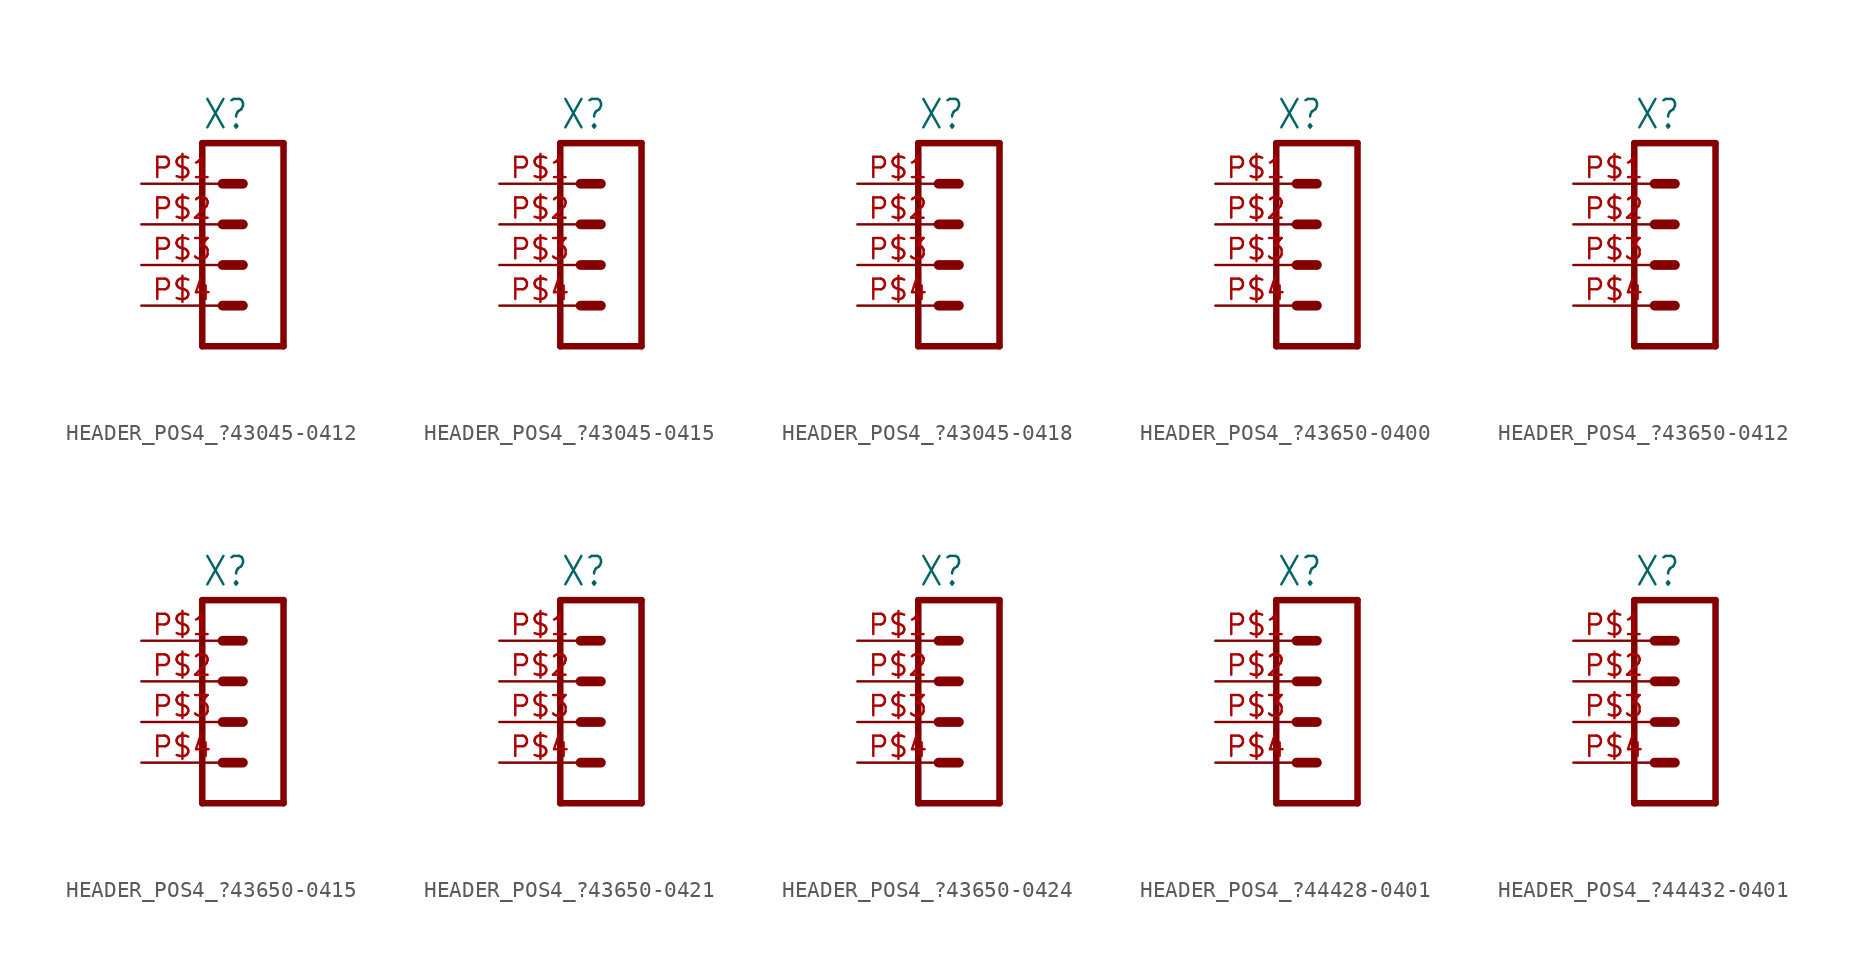
<source format=kicad_sym>
(kicad_symbol_lib
  (version 20231120)
  (generator "kicad_symbol_editor")
  (generator_version "8.0")
  (symbol "HEADER_POS4_?43045-0412"
    (property "Reference" "X"
      (at -1.27 8.382 0)
      (effects (font (size 1.778 1.511)) (justify left bottom)))
    (property "Value" ""
      (at -1.27 -7.62 0)
      (effects (font (size 1.778 1.511)) (justify left bottom)))
    (property "ki_locked" ""
      (at 0 0 0)
      (effects (font (size 1.27 1.27))))
    (symbol "HEADER_POS4_?43045-0412_1_0"
      (polyline (pts (xy -1.27 7.62) (xy -1.27 -5.08)) (stroke (width 0.406) (type solid)) (fill (type none)))
      (polyline (pts (xy -1.27 7.62) (xy 3.81 7.62)) (stroke (width 0.406) (type solid)) (fill (type none)))
      (polyline (pts (xy 0 -2.54) (xy 1.27 -2.54)) (stroke (width 0.61) (type solid)) (fill (type none)))
      (polyline (pts (xy 0 0) (xy 1.27 0)) (stroke (width 0.61) (type solid)) (fill (type none)))
      (polyline (pts (xy 0 2.54) (xy 1.27 2.54)) (stroke (width 0.61) (type solid)) (fill (type none)))
      (polyline (pts (xy 0 5.08) (xy 1.27 5.08)) (stroke (width 0.61) (type solid)) (fill (type none)))
      (polyline (pts (xy 3.81 -5.08) (xy -1.27 -5.08)) (stroke (width 0.406) (type solid)) (fill (type none)))
      (polyline (pts (xy 3.81 -5.08) (xy 3.81 7.62)) (stroke (width 0.406) (type solid)) (fill (type none)))
      (pin passive line (at -5.08 5.08 0) (length 5.08) (name "1" (effects (font (size 0 0)))) (number "P$1" (effects (font (size 1.27 1.27)))))
      (pin passive line (at -5.08 2.54 0) (length 5.08) (name "2" (effects (font (size 0 0)))) (number "P$2" (effects (font (size 1.27 1.27)))))
      (pin passive line (at -5.08 0 0) (length 5.08) (name "3" (effects (font (size 0 0)))) (number "P$3" (effects (font (size 1.27 1.27)))))
      (pin passive line (at -5.08 -2.54 0) (length 5.08) (name "4" (effects (font (size 0 0)))) (number "P$4" (effects (font (size 1.27 1.27)))))))
  (symbol "HEADER_POS4_?43045-0415"
    (property "Reference" "X"
      (at -1.27 8.382 0)
      (effects (font (size 1.778 1.511)) (justify left bottom)))
    (property "Value" ""
      (at -1.27 -7.62 0)
      (effects (font (size 1.778 1.511)) (justify left bottom)))
    (property "ki_locked" ""
      (at 0 0 0)
      (effects (font (size 1.27 1.27))))
    (symbol "HEADER_POS4_?43045-0415_1_0"
      (polyline (pts (xy -1.27 7.62) (xy -1.27 -5.08)) (stroke (width 0.406) (type solid)) (fill (type none)))
      (polyline (pts (xy -1.27 7.62) (xy 3.81 7.62)) (stroke (width 0.406) (type solid)) (fill (type none)))
      (polyline (pts (xy 0 -2.54) (xy 1.27 -2.54)) (stroke (width 0.61) (type solid)) (fill (type none)))
      (polyline (pts (xy 0 0) (xy 1.27 0)) (stroke (width 0.61) (type solid)) (fill (type none)))
      (polyline (pts (xy 0 2.54) (xy 1.27 2.54)) (stroke (width 0.61) (type solid)) (fill (type none)))
      (polyline (pts (xy 0 5.08) (xy 1.27 5.08)) (stroke (width 0.61) (type solid)) (fill (type none)))
      (polyline (pts (xy 3.81 -5.08) (xy -1.27 -5.08)) (stroke (width 0.406) (type solid)) (fill (type none)))
      (polyline (pts (xy 3.81 -5.08) (xy 3.81 7.62)) (stroke (width 0.406) (type solid)) (fill (type none)))
      (pin passive line (at -5.08 5.08 0) (length 5.08) (name "1" (effects (font (size 0 0)))) (number "P$1" (effects (font (size 1.27 1.27)))))
      (pin passive line (at -5.08 2.54 0) (length 5.08) (name "2" (effects (font (size 0 0)))) (number "P$2" (effects (font (size 1.27 1.27)))))
      (pin passive line (at -5.08 0 0) (length 5.08) (name "3" (effects (font (size 0 0)))) (number "P$3" (effects (font (size 1.27 1.27)))))
      (pin passive line (at -5.08 -2.54 0) (length 5.08) (name "4" (effects (font (size 0 0)))) (number "P$4" (effects (font (size 1.27 1.27)))))))
  (symbol "HEADER_POS4_?43045-0418"
    (property "Reference" "X"
      (at -1.27 8.382 0)
      (effects (font (size 1.778 1.511)) (justify left bottom)))
    (property "Value" ""
      (at -1.27 -7.62 0)
      (effects (font (size 1.778 1.511)) (justify left bottom)))
    (property "ki_locked" ""
      (at 0 0 0)
      (effects (font (size 1.27 1.27))))
    (symbol "HEADER_POS4_?43045-0418_1_0"
      (polyline (pts (xy -1.27 7.62) (xy -1.27 -5.08)) (stroke (width 0.406) (type solid)) (fill (type none)))
      (polyline (pts (xy -1.27 7.62) (xy 3.81 7.62)) (stroke (width 0.406) (type solid)) (fill (type none)))
      (polyline (pts (xy 0 -2.54) (xy 1.27 -2.54)) (stroke (width 0.61) (type solid)) (fill (type none)))
      (polyline (pts (xy 0 0) (xy 1.27 0)) (stroke (width 0.61) (type solid)) (fill (type none)))
      (polyline (pts (xy 0 2.54) (xy 1.27 2.54)) (stroke (width 0.61) (type solid)) (fill (type none)))
      (polyline (pts (xy 0 5.08) (xy 1.27 5.08)) (stroke (width 0.61) (type solid)) (fill (type none)))
      (polyline (pts (xy 3.81 -5.08) (xy -1.27 -5.08)) (stroke (width 0.406) (type solid)) (fill (type none)))
      (polyline (pts (xy 3.81 -5.08) (xy 3.81 7.62)) (stroke (width 0.406) (type solid)) (fill (type none)))
      (pin passive line (at -5.08 5.08 0) (length 5.08) (name "1" (effects (font (size 0 0)))) (number "P$1" (effects (font (size 1.27 1.27)))))
      (pin passive line (at -5.08 2.54 0) (length 5.08) (name "2" (effects (font (size 0 0)))) (number "P$2" (effects (font (size 1.27 1.27)))))
      (pin passive line (at -5.08 0 0) (length 5.08) (name "3" (effects (font (size 0 0)))) (number "P$3" (effects (font (size 1.27 1.27)))))
      (pin passive line (at -5.08 -2.54 0) (length 5.08) (name "4" (effects (font (size 0 0)))) (number "P$4" (effects (font (size 1.27 1.27)))))))
  (symbol "HEADER_POS4_?43650-0400"
    (property "Reference" "X"
      (at -1.27 8.382 0)
      (effects (font (size 1.778 1.511)) (justify left bottom)))
    (property "Value" ""
      (at -1.27 -7.62 0)
      (effects (font (size 1.778 1.511)) (justify left bottom)))
    (property "ki_locked" ""
      (at 0 0 0)
      (effects (font (size 1.27 1.27))))
    (symbol "HEADER_POS4_?43650-0400_1_0"
      (polyline (pts (xy -1.27 7.62) (xy -1.27 -5.08)) (stroke (width 0.406) (type solid)) (fill (type none)))
      (polyline (pts (xy -1.27 7.62) (xy 3.81 7.62)) (stroke (width 0.406) (type solid)) (fill (type none)))
      (polyline (pts (xy 0 -2.54) (xy 1.27 -2.54)) (stroke (width 0.61) (type solid)) (fill (type none)))
      (polyline (pts (xy 0 0) (xy 1.27 0)) (stroke (width 0.61) (type solid)) (fill (type none)))
      (polyline (pts (xy 0 2.54) (xy 1.27 2.54)) (stroke (width 0.61) (type solid)) (fill (type none)))
      (polyline (pts (xy 0 5.08) (xy 1.27 5.08)) (stroke (width 0.61) (type solid)) (fill (type none)))
      (polyline (pts (xy 3.81 -5.08) (xy -1.27 -5.08)) (stroke (width 0.406) (type solid)) (fill (type none)))
      (polyline (pts (xy 3.81 -5.08) (xy 3.81 7.62)) (stroke (width 0.406) (type solid)) (fill (type none)))
      (pin passive line (at -5.08 5.08 0) (length 5.08) (name "1" (effects (font (size 0 0)))) (number "P$1" (effects (font (size 1.27 1.27)))))
      (pin passive line (at -5.08 2.54 0) (length 5.08) (name "2" (effects (font (size 0 0)))) (number "P$2" (effects (font (size 1.27 1.27)))))
      (pin passive line (at -5.08 0 0) (length 5.08) (name "3" (effects (font (size 0 0)))) (number "P$3" (effects (font (size 1.27 1.27)))))
      (pin passive line (at -5.08 -2.54 0) (length 5.08) (name "4" (effects (font (size 0 0)))) (number "P$4" (effects (font (size 1.27 1.27)))))))
  (symbol "HEADER_POS4_?43650-0412"
    (property "Reference" "X"
      (at -1.27 8.382 0)
      (effects (font (size 1.778 1.511)) (justify left bottom)))
    (property "Value" ""
      (at -1.27 -7.62 0)
      (effects (font (size 1.778 1.511)) (justify left bottom)))
    (property "ki_locked" ""
      (at 0 0 0)
      (effects (font (size 1.27 1.27))))
    (symbol "HEADER_POS4_?43650-0412_1_0"
      (polyline (pts (xy -1.27 7.62) (xy -1.27 -5.08)) (stroke (width 0.406) (type solid)) (fill (type none)))
      (polyline (pts (xy -1.27 7.62) (xy 3.81 7.62)) (stroke (width 0.406) (type solid)) (fill (type none)))
      (polyline (pts (xy 0 -2.54) (xy 1.27 -2.54)) (stroke (width 0.61) (type solid)) (fill (type none)))
      (polyline (pts (xy 0 0) (xy 1.27 0)) (stroke (width 0.61) (type solid)) (fill (type none)))
      (polyline (pts (xy 0 2.54) (xy 1.27 2.54)) (stroke (width 0.61) (type solid)) (fill (type none)))
      (polyline (pts (xy 0 5.08) (xy 1.27 5.08)) (stroke (width 0.61) (type solid)) (fill (type none)))
      (polyline (pts (xy 3.81 -5.08) (xy -1.27 -5.08)) (stroke (width 0.406) (type solid)) (fill (type none)))
      (polyline (pts (xy 3.81 -5.08) (xy 3.81 7.62)) (stroke (width 0.406) (type solid)) (fill (type none)))
      (pin passive line (at -5.08 5.08 0) (length 5.08) (name "1" (effects (font (size 0 0)))) (number "P$1" (effects (font (size 1.27 1.27)))))
      (pin passive line (at -5.08 2.54 0) (length 5.08) (name "2" (effects (font (size 0 0)))) (number "P$2" (effects (font (size 1.27 1.27)))))
      (pin passive line (at -5.08 0 0) (length 5.08) (name "3" (effects (font (size 0 0)))) (number "P$3" (effects (font (size 1.27 1.27)))))
      (pin passive line (at -5.08 -2.54 0) (length 5.08) (name "4" (effects (font (size 0 0)))) (number "P$4" (effects (font (size 1.27 1.27)))))))
  (symbol "HEADER_POS4_?43650-0415"
    (property "Reference" "X"
      (at -1.27 8.382 0)
      (effects (font (size 1.778 1.511)) (justify left bottom)))
    (property "Value" ""
      (at -1.27 -7.62 0)
      (effects (font (size 1.778 1.511)) (justify left bottom)))
    (property "ki_locked" ""
      (at 0 0 0)
      (effects (font (size 1.27 1.27))))
    (symbol "HEADER_POS4_?43650-0415_1_0"
      (polyline (pts (xy -1.27 7.62) (xy -1.27 -5.08)) (stroke (width 0.406) (type solid)) (fill (type none)))
      (polyline (pts (xy -1.27 7.62) (xy 3.81 7.62)) (stroke (width 0.406) (type solid)) (fill (type none)))
      (polyline (pts (xy 0 -2.54) (xy 1.27 -2.54)) (stroke (width 0.61) (type solid)) (fill (type none)))
      (polyline (pts (xy 0 0) (xy 1.27 0)) (stroke (width 0.61) (type solid)) (fill (type none)))
      (polyline (pts (xy 0 2.54) (xy 1.27 2.54)) (stroke (width 0.61) (type solid)) (fill (type none)))
      (polyline (pts (xy 0 5.08) (xy 1.27 5.08)) (stroke (width 0.61) (type solid)) (fill (type none)))
      (polyline (pts (xy 3.81 -5.08) (xy -1.27 -5.08)) (stroke (width 0.406) (type solid)) (fill (type none)))
      (polyline (pts (xy 3.81 -5.08) (xy 3.81 7.62)) (stroke (width 0.406) (type solid)) (fill (type none)))
      (pin passive line (at -5.08 5.08 0) (length 5.08) (name "1" (effects (font (size 0 0)))) (number "P$1" (effects (font (size 1.27 1.27)))))
      (pin passive line (at -5.08 2.54 0) (length 5.08) (name "2" (effects (font (size 0 0)))) (number "P$2" (effects (font (size 1.27 1.27)))))
      (pin passive line (at -5.08 0 0) (length 5.08) (name "3" (effects (font (size 0 0)))) (number "P$3" (effects (font (size 1.27 1.27)))))
      (pin passive line (at -5.08 -2.54 0) (length 5.08) (name "4" (effects (font (size 0 0)))) (number "P$4" (effects (font (size 1.27 1.27)))))))
  (symbol "HEADER_POS4_?43650-0421"
    (property "Reference" "X"
      (at -1.27 8.382 0)
      (effects (font (size 1.778 1.511)) (justify left bottom)))
    (property "Value" ""
      (at -1.27 -7.62 0)
      (effects (font (size 1.778 1.511)) (justify left bottom)))
    (property "ki_locked" ""
      (at 0 0 0)
      (effects (font (size 1.27 1.27))))
    (symbol "HEADER_POS4_?43650-0421_1_0"
      (polyline (pts (xy -1.27 7.62) (xy -1.27 -5.08)) (stroke (width 0.406) (type solid)) (fill (type none)))
      (polyline (pts (xy -1.27 7.62) (xy 3.81 7.62)) (stroke (width 0.406) (type solid)) (fill (type none)))
      (polyline (pts (xy 0 -2.54) (xy 1.27 -2.54)) (stroke (width 0.61) (type solid)) (fill (type none)))
      (polyline (pts (xy 0 0) (xy 1.27 0)) (stroke (width 0.61) (type solid)) (fill (type none)))
      (polyline (pts (xy 0 2.54) (xy 1.27 2.54)) (stroke (width 0.61) (type solid)) (fill (type none)))
      (polyline (pts (xy 0 5.08) (xy 1.27 5.08)) (stroke (width 0.61) (type solid)) (fill (type none)))
      (polyline (pts (xy 3.81 -5.08) (xy -1.27 -5.08)) (stroke (width 0.406) (type solid)) (fill (type none)))
      (polyline (pts (xy 3.81 -5.08) (xy 3.81 7.62)) (stroke (width 0.406) (type solid)) (fill (type none)))
      (pin passive line (at -5.08 5.08 0) (length 5.08) (name "1" (effects (font (size 0 0)))) (number "P$1" (effects (font (size 1.27 1.27)))))
      (pin passive line (at -5.08 2.54 0) (length 5.08) (name "2" (effects (font (size 0 0)))) (number "P$2" (effects (font (size 1.27 1.27)))))
      (pin passive line (at -5.08 0 0) (length 5.08) (name "3" (effects (font (size 0 0)))) (number "P$3" (effects (font (size 1.27 1.27)))))
      (pin passive line (at -5.08 -2.54 0) (length 5.08) (name "4" (effects (font (size 0 0)))) (number "P$4" (effects (font (size 1.27 1.27)))))))
  (symbol "HEADER_POS4_?43650-0424"
    (property "Reference" "X"
      (at -1.27 8.382 0)
      (effects (font (size 1.778 1.511)) (justify left bottom)))
    (property "Value" ""
      (at -1.27 -7.62 0)
      (effects (font (size 1.778 1.511)) (justify left bottom)))
    (property "ki_locked" ""
      (at 0 0 0)
      (effects (font (size 1.27 1.27))))
    (symbol "HEADER_POS4_?43650-0424_1_0"
      (polyline (pts (xy -1.27 7.62) (xy -1.27 -5.08)) (stroke (width 0.406) (type solid)) (fill (type none)))
      (polyline (pts (xy -1.27 7.62) (xy 3.81 7.62)) (stroke (width 0.406) (type solid)) (fill (type none)))
      (polyline (pts (xy 0 -2.54) (xy 1.27 -2.54)) (stroke (width 0.61) (type solid)) (fill (type none)))
      (polyline (pts (xy 0 0) (xy 1.27 0)) (stroke (width 0.61) (type solid)) (fill (type none)))
      (polyline (pts (xy 0 2.54) (xy 1.27 2.54)) (stroke (width 0.61) (type solid)) (fill (type none)))
      (polyline (pts (xy 0 5.08) (xy 1.27 5.08)) (stroke (width 0.61) (type solid)) (fill (type none)))
      (polyline (pts (xy 3.81 -5.08) (xy -1.27 -5.08)) (stroke (width 0.406) (type solid)) (fill (type none)))
      (polyline (pts (xy 3.81 -5.08) (xy 3.81 7.62)) (stroke (width 0.406) (type solid)) (fill (type none)))
      (pin passive line (at -5.08 5.08 0) (length 5.08) (name "1" (effects (font (size 0 0)))) (number "P$1" (effects (font (size 1.27 1.27)))))
      (pin passive line (at -5.08 2.54 0) (length 5.08) (name "2" (effects (font (size 0 0)))) (number "P$2" (effects (font (size 1.27 1.27)))))
      (pin passive line (at -5.08 0 0) (length 5.08) (name "3" (effects (font (size 0 0)))) (number "P$3" (effects (font (size 1.27 1.27)))))
      (pin passive line (at -5.08 -2.54 0) (length 5.08) (name "4" (effects (font (size 0 0)))) (number "P$4" (effects (font (size 1.27 1.27)))))))
  (symbol "HEADER_POS4_?44428-0401"
    (property "Reference" "X"
      (at -1.27 8.382 0)
      (effects (font (size 1.778 1.511)) (justify left bottom)))
    (property "Value" ""
      (at -1.27 -7.62 0)
      (effects (font (size 1.778 1.511)) (justify left bottom)))
    (property "ki_locked" ""
      (at 0 0 0)
      (effects (font (size 1.27 1.27))))
    (symbol "HEADER_POS4_?44428-0401_1_0"
      (polyline (pts (xy -1.27 7.62) (xy -1.27 -5.08)) (stroke (width 0.406) (type solid)) (fill (type none)))
      (polyline (pts (xy -1.27 7.62) (xy 3.81 7.62)) (stroke (width 0.406) (type solid)) (fill (type none)))
      (polyline (pts (xy 0 -2.54) (xy 1.27 -2.54)) (stroke (width 0.61) (type solid)) (fill (type none)))
      (polyline (pts (xy 0 0) (xy 1.27 0)) (stroke (width 0.61) (type solid)) (fill (type none)))
      (polyline (pts (xy 0 2.54) (xy 1.27 2.54)) (stroke (width 0.61) (type solid)) (fill (type none)))
      (polyline (pts (xy 0 5.08) (xy 1.27 5.08)) (stroke (width 0.61) (type solid)) (fill (type none)))
      (polyline (pts (xy 3.81 -5.08) (xy -1.27 -5.08)) (stroke (width 0.406) (type solid)) (fill (type none)))
      (polyline (pts (xy 3.81 -5.08) (xy 3.81 7.62)) (stroke (width 0.406) (type solid)) (fill (type none)))
      (pin passive line (at -5.08 5.08 0) (length 5.08) (name "1" (effects (font (size 0 0)))) (number "P$1" (effects (font (size 1.27 1.27)))))
      (pin passive line (at -5.08 2.54 0) (length 5.08) (name "2" (effects (font (size 0 0)))) (number "P$2" (effects (font (size 1.27 1.27)))))
      (pin passive line (at -5.08 0 0) (length 5.08) (name "3" (effects (font (size 0 0)))) (number "P$3" (effects (font (size 1.27 1.27)))))
      (pin passive line (at -5.08 -2.54 0) (length 5.08) (name "4" (effects (font (size 0 0)))) (number "P$4" (effects (font (size 1.27 1.27)))))))
  (symbol "HEADER_POS4_?44432-0401"
    (property "Reference" "X"
      (at -1.27 8.382 0)
      (effects (font (size 1.778 1.511)) (justify left bottom)))
    (property "Value" ""
      (at -1.27 -7.62 0)
      (effects (font (size 1.778 1.511)) (justify left bottom)))
    (property "ki_locked" ""
      (at 0 0 0)
      (effects (font (size 1.27 1.27))))
    (symbol "HEADER_POS4_?44432-0401_1_0"
      (polyline (pts (xy -1.27 7.62) (xy -1.27 -5.08)) (stroke (width 0.406) (type solid)) (fill (type none)))
      (polyline (pts (xy -1.27 7.62) (xy 3.81 7.62)) (stroke (width 0.406) (type solid)) (fill (type none)))
      (polyline (pts (xy 0 -2.54) (xy 1.27 -2.54)) (stroke (width 0.61) (type solid)) (fill (type none)))
      (polyline (pts (xy 0 0) (xy 1.27 0)) (stroke (width 0.61) (type solid)) (fill (type none)))
      (polyline (pts (xy 0 2.54) (xy 1.27 2.54)) (stroke (width 0.61) (type solid)) (fill (type none)))
      (polyline (pts (xy 0 5.08) (xy 1.27 5.08)) (stroke (width 0.61) (type solid)) (fill (type none)))
      (polyline (pts (xy 3.81 -5.08) (xy -1.27 -5.08)) (stroke (width 0.406) (type solid)) (fill (type none)))
      (polyline (pts (xy 3.81 -5.08) (xy 3.81 7.62)) (stroke (width 0.406) (type solid)) (fill (type none)))
      (pin passive line (at -5.08 5.08 0) (length 5.08) (name "1" (effects (font (size 0 0)))) (number "P$1" (effects (font (size 1.27 1.27)))))
      (pin passive line (at -5.08 2.54 0) (length 5.08) (name "2" (effects (font (size 0 0)))) (number "P$2" (effects (font (size 1.27 1.27)))))
      (pin passive line (at -5.08 0 0) (length 5.08) (name "3" (effects (font (size 0 0)))) (number "P$3" (effects (font (size 1.27 1.27)))))
      (pin passive line (at -5.08 -2.54 0) (length 5.08) (name "4" (effects (font (size 0 0)))) (number "P$4" (effects (font (size 1.27 1.27))))))))
</source>
